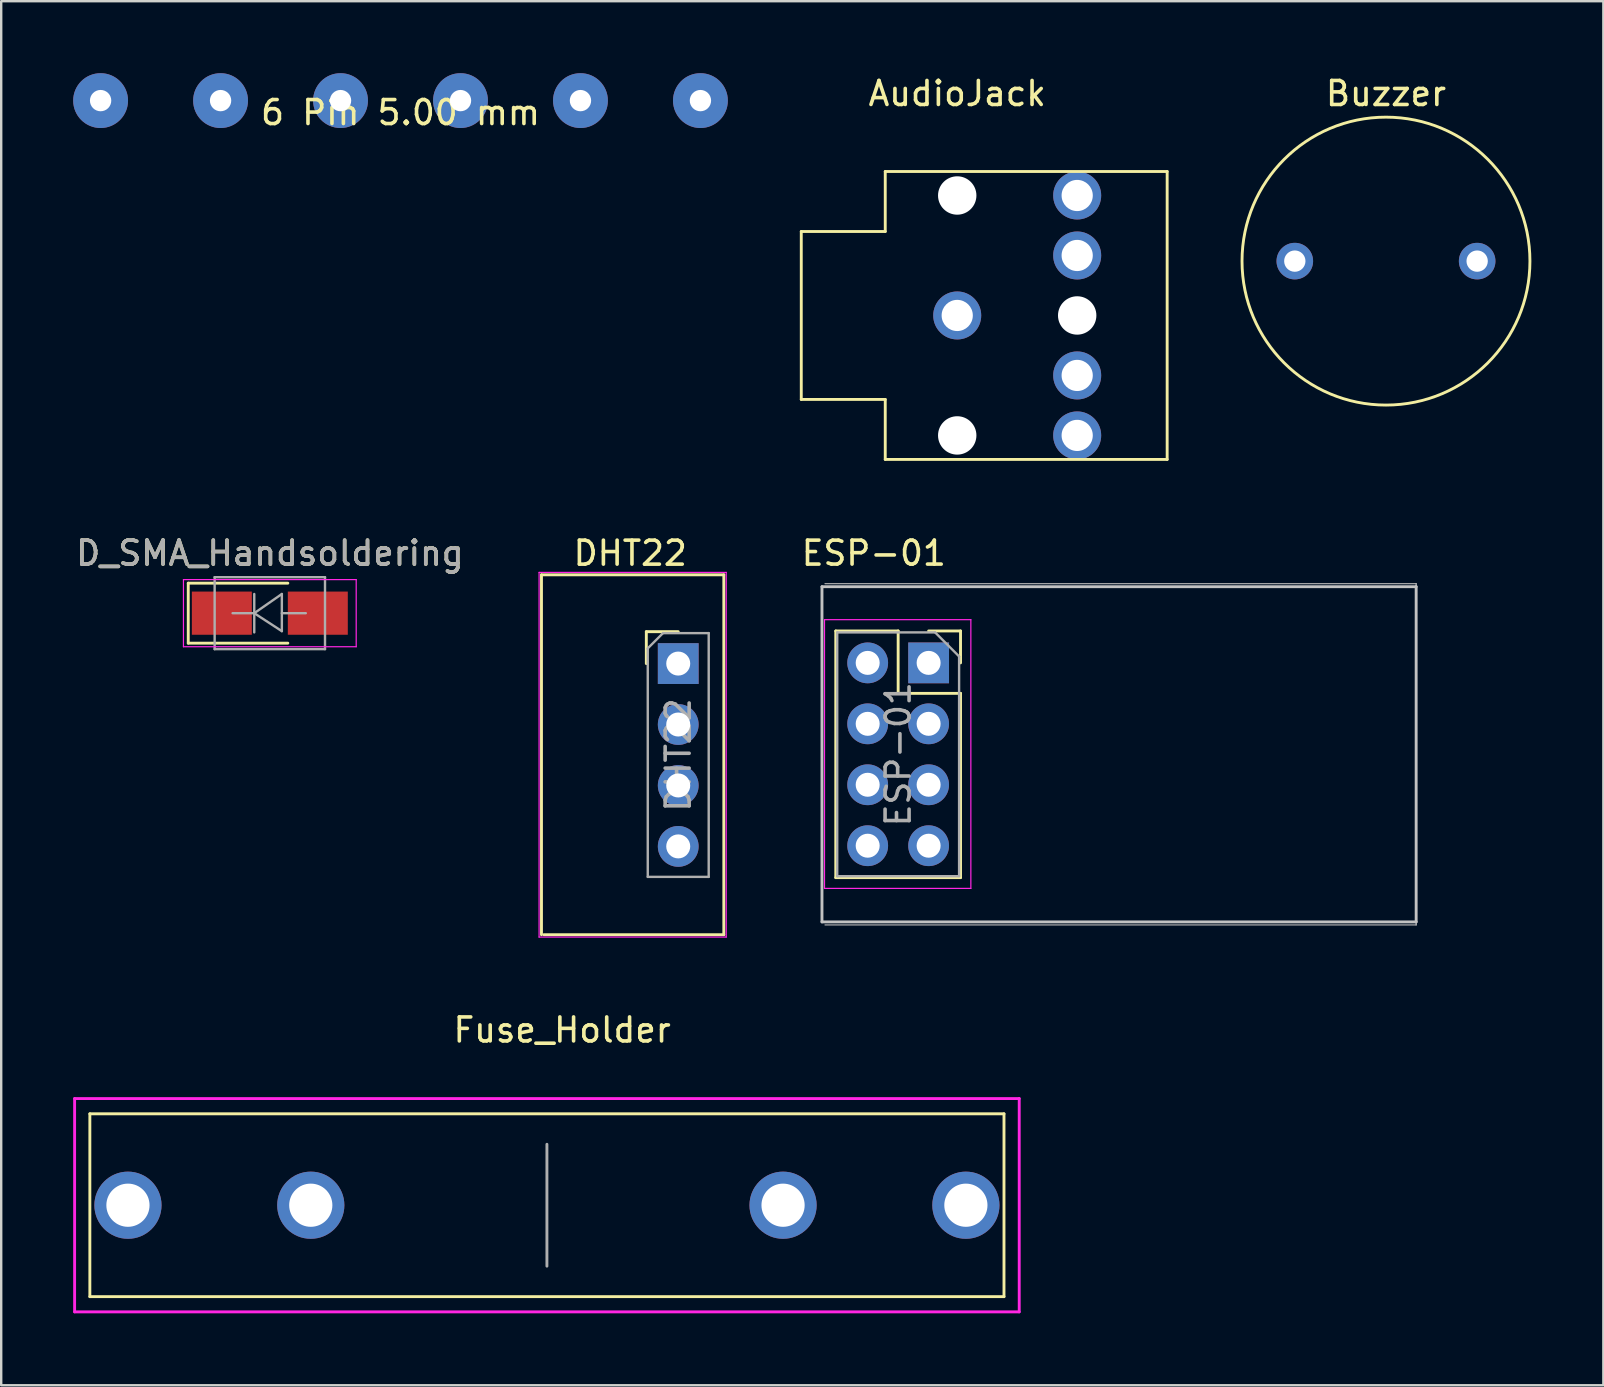
<source format=kicad_pcb>
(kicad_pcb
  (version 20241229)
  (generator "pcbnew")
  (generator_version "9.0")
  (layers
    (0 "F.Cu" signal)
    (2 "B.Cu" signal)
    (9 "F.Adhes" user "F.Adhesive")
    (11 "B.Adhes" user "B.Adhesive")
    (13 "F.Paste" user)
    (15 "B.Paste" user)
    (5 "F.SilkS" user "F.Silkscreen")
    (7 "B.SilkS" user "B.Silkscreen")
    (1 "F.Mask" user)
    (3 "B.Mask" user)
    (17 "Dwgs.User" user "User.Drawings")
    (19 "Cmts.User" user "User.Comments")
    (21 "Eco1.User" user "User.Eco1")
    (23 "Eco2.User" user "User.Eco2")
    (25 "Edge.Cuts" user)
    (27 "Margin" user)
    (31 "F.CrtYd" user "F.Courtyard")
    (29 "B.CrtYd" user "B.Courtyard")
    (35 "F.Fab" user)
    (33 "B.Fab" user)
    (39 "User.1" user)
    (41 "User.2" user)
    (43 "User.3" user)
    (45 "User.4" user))
  (footprint "ESP-01"
    (layer "F.Cu")
    (at 33.114 24.578)
    (property "Reference" "ESP-01" (at 0.254 -4.572 0) (layer "F.SilkS") (effects (font (size 1 1) (thickness 0.15))))
    (attr through_hole)
    (fp_line (start -1.33 -1.33) (end -1.33 8.95) (stroke (width 0.12) (type solid)) (layer "F.SilkS"))
    (fp_line (start -1.33 -1.33) (end 1.27 -1.33) (stroke (width 0.12) (type solid)) (layer "F.SilkS"))
    (fp_line (start -1.33 8.95) (end 3.87 8.95) (stroke (width 0.12) (type solid)) (layer "F.SilkS"))
    (fp_line (start 1.27 -1.33) (end 1.27 1.27) (stroke (width 0.12) (type solid)) (layer "F.SilkS"))
    (fp_line (start 1.27 1.27) (end 3.87 1.27) (stroke (width 0.12) (type solid)) (layer "F.SilkS"))
    (fp_line (start 2.54 -1.33) (end 3.87 -1.33) (stroke (width 0.12) (type solid)) (layer "F.SilkS"))
    (fp_line (start 3.87 -1.33) (end 3.87 0) (stroke (width 0.12) (type solid)) (layer "F.SilkS"))
    (fp_line (start 3.87 1.27) (end 3.87 8.95) (stroke (width 0.12) (type solid)) (layer "F.SilkS"))
    (fp_line (start -1.905 -3.175) (end 22.86 -3.175) (stroke (width 0.12) (type solid)) (layer "Dwgs.User"))
    (fp_line (start -1.905 10.795) (end -1.905 -3.175) (stroke (width 0.12) (type solid)) (layer "Dwgs.User"))
    (fp_line (start 22.86 -3.302) (end 22.86 10.922) (stroke (width 0.05) (type solid)) (layer "Dwgs.User"))
    (fp_line (start 22.86 -3.175) (end 22.86 10.795) (stroke (width 0.12) (type solid)) (layer "Dwgs.User"))
    (fp_line (start 22.86 10.795) (end -1.905 10.795) (stroke (width 0.12) (type solid)) (layer "Dwgs.User"))
    (fp_line (start -1.8 -1.8) (end 4.3 -1.8) (stroke (width 0.05) (type solid)) (layer "F.CrtYd"))
    (fp_line (start -1.8 9.4) (end -1.8 -1.8) (stroke (width 0.05) (type solid)) (layer "F.CrtYd"))
    (fp_line (start 4.3 -1.8) (end 4.3 9.4) (stroke (width 0.05) (type solid)) (layer "F.CrtYd"))
    (fp_line (start 4.3 9.4) (end -1.8 9.4) (stroke (width 0.05) (type solid)) (layer "F.CrtYd"))
    (fp_line (start -1.778 -3.302) (end 22.86 -3.302) (stroke (width 0.05) (type solid)) (layer "F.Fab"))
    (fp_line (start -1.27 -1.27) (end 2.81 -1.27) (stroke (width 0.1) (type solid)) (layer "F.Fab"))
    (fp_line (start -1.27 8.89) (end -1.27 -1.27) (stroke (width 0.1) (type solid)) (layer "F.Fab"))
    (fp_line (start 2.81 -1.27) (end 3.81 -0.27) (stroke (width 0.1) (type solid)) (layer "F.Fab"))
    (fp_line (start 3.81 -0.27) (end 3.81 8.89) (stroke (width 0.1) (type solid)) (layer "F.Fab"))
    (fp_line (start 3.81 8.89) (end -1.27 8.89) (stroke (width 0.1) (type solid)) (layer "F.Fab"))
    (fp_line (start 22.86 10.922) (end -1.778 10.922) (stroke (width 0.05) (type solid)) (layer "F.Fab"))
    (fp_text user "${REFERENCE}" (at 1.27 3.81 90) (layer "F.Fab") (effects (font (size 1 1) (thickness 0.15))))
    (pad "1" thru_hole rect (at 2.54 0) (size 1.7 1.7) (drill 1) (layers "*.Cu" "*.Mask"))
    (pad "2" thru_hole oval (at 0 0) (size 1.7 1.7) (drill 1) (layers "*.Cu" "*.Mask"))
    (pad "3" thru_hole oval (at 2.54 2.54) (size 1.7 1.7) (drill 1) (layers "*.Cu" "*.Mask"))
    (pad "4" thru_hole oval (at 0 2.54) (size 1.7 1.7) (drill 1) (layers "*.Cu" "*.Mask"))
    (pad "5" thru_hole oval (at 2.54 5.08) (size 1.7 1.7) (drill 1) (layers "*.Cu" "*.Mask"))
    (pad "6" thru_hole oval (at 0 5.08) (size 1.7 1.7) (drill 1) (layers "*.Cu" "*.Mask"))
    (pad "7" thru_hole oval (at 2.54 7.62) (size 1.7 1.7) (drill 1) (layers "*.Cu" "*.Mask"))
    (pad "8" thru_hole oval (at 0 7.62) (size 1.7 1.7) (drill 1) (layers "*.Cu" "*.Mask")))
  (footprint "6 Pin 5.00 mm"
    (layer "F.Cu")
    (at 13.643 1.143)
    (property "Reference" "6 Pin 5.00 mm" (at 0 0.5 0) (layer "F.SilkS") (effects (font (size 1 1) (thickness 0.15))))
    (attr through_hole)
    (pad "1" thru_hole circle (at -12.5 0) (size 2.286 2.286) (drill 0.889) (layers "*.Cu" "*.Mask"))
    (pad "2" thru_hole circle (at -7.5 0) (size 2.286 2.286) (drill 0.889) (layers "*.Cu" "*.Mask"))
    (pad "3" thru_hole circle (at -2.5 0) (size 2.286 2.286) (drill 0.889) (layers "*.Cu" "*.Mask"))
    (pad "4" thru_hole circle (at 2.5 0) (size 2.286 2.286) (drill 0.889) (layers "*.Cu" "*.Mask"))
    (pad "5" thru_hole circle (at 7.5 0) (size 2.286 2.286) (drill 0.889) (layers "*.Cu" "*.Mask"))
    (pad "6" thru_hole circle (at 12.5 0) (size 2.286 2.286) (drill 0.889) (layers "*.Cu" "*.Mask")))
  (footprint "Fuse_Holder"
    (layer "F.Cu")
    (at 19.745 47.182)
    (property "Reference" "Fuse_Holder" (at 0.635 -7.303 0) (layer "F.SilkS") (effects (font (size 1 1) (thickness 0.15))))
    (attr through_hole)
    (fp_line (start -19.05 -3.81) (end 19.05 -3.81) (stroke (width 0.12) (type solid)) (layer "F.SilkS"))
    (fp_line (start -19.05 3.81) (end -19.05 -3.81) (stroke (width 0.12) (type solid)) (layer "F.SilkS"))
    (fp_line (start 19.05 -3.81) (end 19.05 3.81) (stroke (width 0.12) (type solid)) (layer "F.SilkS"))
    (fp_line (start 19.05 3.81) (end -19.05 3.81) (stroke (width 0.12) (type solid)) (layer "F.SilkS"))
    (fp_line (start -19.685 -4.445) (end 19.685 -4.445) (stroke (width 0.12) (type solid)) (layer "F.CrtYd"))
    (fp_line (start -19.685 4.445) (end -19.685 -4.445) (stroke (width 0.12) (type solid)) (layer "F.CrtYd"))
    (fp_line (start 19.685 -4.445) (end 19.685 4.445) (stroke (width 0.12) (type solid)) (layer "F.CrtYd"))
    (fp_line (start 19.685 4.445) (end -19.685 4.445) (stroke (width 0.12) (type solid)) (layer "F.CrtYd"))
    (fp_line (start 0 -2.54) (end 0 2.54) (stroke (width 0.12) (type solid)) (layer "F.Fab"))
    (pad "1" thru_hole circle (at -17.462 0) (size 2.8 2.8) (drill 1.8) (layers "*.Cu" "*.Mask"))
    (pad "1" thru_hole circle (at -9.842 0) (size 2.8 2.8) (drill 1.8) (layers "*.Cu" "*.Mask"))
    (pad "2" thru_hole circle (at 9.842 0) (size 2.8 2.8) (drill 1.8) (layers "*.Cu" "*.Mask"))
    (pad "2" thru_hole circle (at 17.462 0) (size 2.8 2.8) (drill 1.8) (layers "*.Cu" "*.Mask")))
  (footprint "D_SMA_Handsoldering"
    (layer "F.Cu")
    (at 8.196 22.506)
    (property "Reference" "D_SMA_Handsoldering" (at 0 -2.5 0) (layer "F.SilkS") (effects (font (size 1 1) (thickness 0.15))))
    (attr smd)
    (fp_line (start -3.4 -1.25) (end -3.4 1.25) (stroke (width 0.12) (type solid)) (layer "F.SilkS"))
    (fp_line (start -3.4 -1.25) (end 0.75 -1.25) (stroke (width 0.12) (type solid)) (layer "F.SilkS"))
    (fp_line (start -3.4 1.25) (end 0.75 1.25) (stroke (width 0.12) (type solid)) (layer "F.SilkS"))
    (fp_line (start -3.6 -1.4) (end 3.6 -1.4) (stroke (width 0.05) (type solid)) (layer "F.CrtYd"))
    (fp_line (start -3.6 1.4) (end -3.6 -1.4) (stroke (width 0.05) (type solid)) (layer "F.CrtYd"))
    (fp_line (start 3.6 -1.4) (end 3.6 1.4) (stroke (width 0.05) (type solid)) (layer "F.CrtYd"))
    (fp_line (start 3.6 1.4) (end -3.6 1.4) (stroke (width 0.05) (type solid)) (layer "F.CrtYd"))
    (fp_line (start -2.3 1.5) (end -2.3 -1.5) (stroke (width 0.1) (type solid)) (layer "F.Fab"))
    (fp_line (start -0.649 -0.799) (end -0.649 0.801) (stroke (width 0.1) (type solid)) (layer "F.Fab"))
    (fp_line (start -0.649 0.001) (end -1.551 0.001) (stroke (width 0.1) (type solid)) (layer "F.Fab"))
    (fp_line (start -0.649 0.001) (end 0.501 -0.799) (stroke (width 0.1) (type solid)) (layer "F.Fab"))
    (fp_line (start -0.649 0.001) (end 0.501 0.75) (stroke (width 0.1) (type solid)) (layer "F.Fab"))
    (fp_line (start 0.501 0.001) (end 1.499 0.001) (stroke (width 0.1) (type solid)) (layer "F.Fab"))
    (fp_line (start 0.501 0.75) (end 0.501 -0.799) (stroke (width 0.1) (type solid)) (layer "F.Fab"))
    (fp_line (start 2.3 -1.5) (end -2.3 -1.5) (stroke (width 0.1) (type solid)) (layer "F.Fab"))
    (fp_line (start 2.3 -1.5) (end 2.3 1.5) (stroke (width 0.1) (type solid)) (layer "F.Fab"))
    (fp_line (start 2.3 1.5) (end -2.3 1.5) (stroke (width 0.1) (type solid)) (layer "F.Fab"))
    (fp_text user "${REFERENCE}" (at 0 -2.5 0) (layer "F.Fab") (effects (font (size 1 1) (thickness 0.15))))
    (pad "1" smd rect (at -2 0) (size 2.5 1.8) (layers "F.Cu" "F.Mask" "F.Paste"))
    (pad "2" smd rect (at 2 0) (size 2.5 1.8) (layers "F.Cu" "F.Mask" "F.Paste")))
  (footprint "DHT22"
    (layer "F.Cu")
    (at 25.218 28.407)
    (property "Reference" "DHT22" (at -2 -8.4 0) (layer "F.SilkS") (effects (font (size 1 1) (thickness 0.15))))
    (attr through_hole)
    (fp_line (start -5.7 -7.5) (end -5.7 7.5) (stroke (width 0.12) (type solid)) (layer "F.SilkS"))
    (fp_line (start -5.7 -7.5) (end 1.9 -7.5) (stroke (width 0.12) (type solid)) (layer "F.SilkS"))
    (fp_line (start -5.6 7.5) (end 1.9 7.5) (stroke (width 0.12) (type solid)) (layer "F.SilkS"))
    (fp_line (start -1.33 -5.13) (end 0 -5.13) (stroke (width 0.12) (type solid)) (layer "F.SilkS"))
    (fp_line (start -1.33 -3.8) (end -1.33 -5.13) (stroke (width 0.12) (type solid)) (layer "F.SilkS"))
    (fp_line (start 1.9 -7.5) (end 1.9 7.5) (stroke (width 0.12) (type solid)) (layer "F.SilkS"))
    (fp_line (start -5.8 -7.6) (end -5.8 7.6) (stroke (width 0.05) (type solid)) (layer "F.CrtYd"))
    (fp_line (start -5.8 7.6) (end 2 7.6) (stroke (width 0.05) (type solid)) (layer "F.CrtYd"))
    (fp_line (start 2 -7.6) (end -5.8 -7.6) (stroke (width 0.05) (type solid)) (layer "F.CrtYd"))
    (fp_line (start 2 7.6) (end 2 -7.6) (stroke (width 0.05) (type solid)) (layer "F.CrtYd"))
    (fp_line (start -1.27 -4.435) (end -0.635 -5.07) (stroke (width 0.1) (type solid)) (layer "F.Fab"))
    (fp_line (start -1.27 5.09) (end -1.27 -4.435) (stroke (width 0.1) (type solid)) (layer "F.Fab"))
    (fp_line (start -0.635 -5.07) (end 1.27 -5.07) (stroke (width 0.1) (type solid)) (layer "F.Fab"))
    (fp_line (start 1.27 -5.07) (end 1.27 5.09) (stroke (width 0.1) (type solid)) (layer "F.Fab"))
    (fp_line (start 1.27 5.09) (end -1.27 5.09) (stroke (width 0.1) (type solid)) (layer "F.Fab"))
    (fp_text user "${REFERENCE}" (at 0 0.01 90) (layer "F.Fab") (effects (font (size 1 1) (thickness 0.15))))
    (pad "1" thru_hole rect (at 0 -3.8) (size 1.7 1.7) (drill 1) (layers "*.Cu" "*.Mask"))
    (pad "2" thru_hole oval (at 0 -1.26) (size 1.7 1.7) (drill 1) (layers "*.Cu" "*.Mask"))
    (pad "3" thru_hole oval (at 0 1.28) (size 1.7 1.7) (drill 1) (layers "*.Cu" "*.Mask"))
    (pad "4" thru_hole oval (at 0 3.82) (size 1.7 1.7) (drill 1) (layers "*.Cu" "*.Mask")))
  (footprint "Buzzer"
    (layer "F.Cu")
    (at 54.716 7.833)
    (property "Reference" "Buzzer" (at 0 -6.985 0) (layer "F.SilkS") (effects (font (size 1 1) (thickness 0.15))))
    (attr through_hole)
    (fp_circle (center 0 0) (end 6 0) (stroke (width 0.12) (type solid)) (fill no) (layer "F.SilkS"))
    (pad "1" thru_hole circle (at -3.8 0) (size 1.524 1.524) (drill 0.889) (layers "*.Cu" "*.Mask"))
    (pad "2" thru_hole circle (at 3.8 0) (size 1.524 1.524) (drill 0.889) (layers "*.Cu" "*.Mask")))
  (footprint "AudioJack"
    (layer "F.Cu")
    (at 36.846 10.098)
    (property "Reference" "AudioJack" (at 0 -9.25 0) (layer "F.SilkS") (effects (font (size 1 1) (thickness 0.15))))
    (attr through_hole)
    (fp_line (start -6.5 -3.5) (end -6.5 3.5) (stroke (width 0.12) (type solid)) (layer "F.SilkS"))
    (fp_line (start -6.5 -3.5) (end -3 -3.5) (stroke (width 0.12) (type solid)) (layer "F.SilkS"))
    (fp_line (start -6.5 3.5) (end -3 3.5) (stroke (width 0.12) (type solid)) (layer "F.SilkS"))
    (fp_line (start -3 -3.5) (end -3 -6) (stroke (width 0.12) (type solid)) (layer "F.SilkS"))
    (fp_line (start -3 3.5) (end -3 6) (stroke (width 0.12) (type solid)) (layer "F.SilkS"))
    (fp_line (start -3 6) (end 8.75 6) (stroke (width 0.12) (type solid)) (layer "F.SilkS"))
    (fp_line (start 8.75 -6) (end -3 -6) (stroke (width 0.12) (type solid)) (layer "F.SilkS"))
    (fp_line (start 8.75 6) (end 8.75 -6) (stroke (width 0.12) (type solid)) (layer "F.SilkS"))
    (pad "" np_thru_hole circle (at 0 -5) (size 1.6 1.6) (drill 1.6) (layers "*.Cu" "*.Mask"))
    (pad "" np_thru_hole circle (at 0 5) (size 1.6 1.6) (drill 1.6) (layers "*.Cu" "*.Mask"))
    (pad "" np_thru_hole circle (at 5 0) (size 1.6 1.6) (drill 1.6) (layers "*.Cu" "*.Mask"))
    (pad "1" thru_hole circle (at 0 0) (size 2 2) (drill 1.3) (layers "*.Cu" "*.Mask"))
    (pad "2" thru_hole circle (at 5 -5) (size 2 2) (drill 1.3) (layers "*.Cu" "*.Mask"))
    (pad "3" thru_hole circle (at 5 -2.5) (size 2 2) (drill 1.3) (layers "*.Cu" "*.Mask"))
    (pad "4" thru_hole circle (at 5 2.5) (size 2 2) (drill 1.3) (layers "*.Cu" "*.Mask"))
    (pad "5" thru_hole circle (at 5 5) (size 2 2) (drill 1.3) (layers "*.Cu" "*.Mask")))
  (gr_rect
    (start -3 -3)
    (end 63.776 54.687)
    (stroke (width 0.1) (type default))
    (fill no)
    (layer "Edge.Cuts")))
</source>
